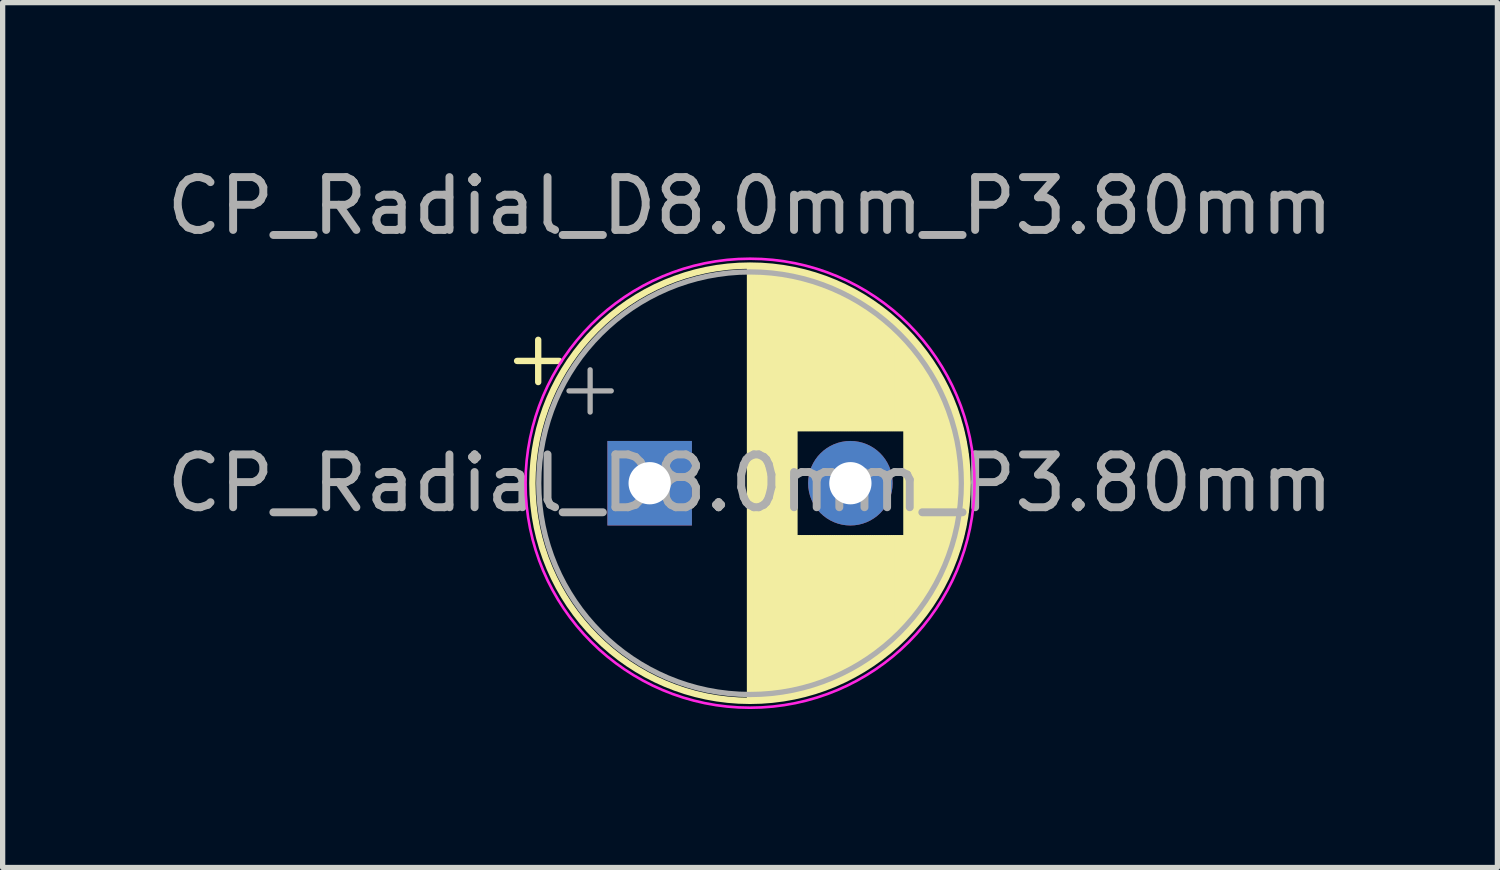
<source format=kicad_pcb>
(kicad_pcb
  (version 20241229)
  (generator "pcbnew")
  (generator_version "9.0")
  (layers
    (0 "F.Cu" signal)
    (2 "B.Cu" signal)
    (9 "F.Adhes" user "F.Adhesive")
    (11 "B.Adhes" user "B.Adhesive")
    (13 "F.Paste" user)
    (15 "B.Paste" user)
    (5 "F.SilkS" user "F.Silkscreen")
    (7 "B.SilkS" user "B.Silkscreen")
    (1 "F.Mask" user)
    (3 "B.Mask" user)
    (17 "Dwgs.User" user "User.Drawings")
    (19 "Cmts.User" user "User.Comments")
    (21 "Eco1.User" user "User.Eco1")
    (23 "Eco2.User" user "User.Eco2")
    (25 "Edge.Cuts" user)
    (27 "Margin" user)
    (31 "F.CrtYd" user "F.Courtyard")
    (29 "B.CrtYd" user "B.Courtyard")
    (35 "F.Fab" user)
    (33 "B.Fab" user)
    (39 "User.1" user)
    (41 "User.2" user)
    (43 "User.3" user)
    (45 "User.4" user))
  (footprint "CP_Radial_D8.0mm_P3.80mm"
    (layer "F.Cu")
    (at 9.249 6.098)
    (property "Reference" "CP_Radial_D8.0mm_P3.80mm" (at 1.9 -5.25 0) (layer "F.Fab") (effects (font (size 1 1) (thickness 0.15))))
    (attr through_hole)
    (fp_line (start -2.51 -2.315) (end -1.71 -2.315) (stroke (width 0.12) (type solid)) (layer "F.SilkS"))
    (fp_line (start -2.11 -2.715) (end -2.11 -1.915) (stroke (width 0.12) (type solid)) (layer "F.SilkS"))
    (fp_line (start 1.9 -4.08) (end 1.9 4.08) (stroke (width 0.12) (type solid)) (layer "F.SilkS"))
    (fp_line (start 1.94 -4.08) (end 1.94 4.08) (stroke (width 0.12) (type solid)) (layer "F.SilkS"))
    (fp_line (start 1.98 -4.08) (end 1.98 4.08) (stroke (width 0.12) (type solid)) (layer "F.SilkS"))
    (fp_line (start 2.02 -4.079) (end 2.02 4.079) (stroke (width 0.12) (type solid)) (layer "F.SilkS"))
    (fp_line (start 2.06 -4.077) (end 2.06 4.077) (stroke (width 0.12) (type solid)) (layer "F.SilkS"))
    (fp_line (start 2.1 -4.076) (end 2.1 4.076) (stroke (width 0.12) (type solid)) (layer "F.SilkS"))
    (fp_line (start 2.14 -4.074) (end 2.14 4.074) (stroke (width 0.12) (type solid)) (layer "F.SilkS"))
    (fp_line (start 2.18 -4.071) (end 2.18 4.071) (stroke (width 0.12) (type solid)) (layer "F.SilkS"))
    (fp_line (start 2.22 -4.068) (end 2.22 4.068) (stroke (width 0.12) (type solid)) (layer "F.SilkS"))
    (fp_line (start 2.26 -4.065) (end 2.26 4.065) (stroke (width 0.12) (type solid)) (layer "F.SilkS"))
    (fp_line (start 2.3 -4.061) (end 2.3 4.061) (stroke (width 0.12) (type solid)) (layer "F.SilkS"))
    (fp_line (start 2.34 -4.057) (end 2.34 4.057) (stroke (width 0.12) (type solid)) (layer "F.SilkS"))
    (fp_line (start 2.38 -4.052) (end 2.38 4.052) (stroke (width 0.12) (type solid)) (layer "F.SilkS"))
    (fp_line (start 2.42 -4.048) (end 2.42 4.048) (stroke (width 0.12) (type solid)) (layer "F.SilkS"))
    (fp_line (start 2.46 -4.042) (end 2.46 4.042) (stroke (width 0.12) (type solid)) (layer "F.SilkS"))
    (fp_line (start 2.5 -4.037) (end 2.5 4.037) (stroke (width 0.12) (type solid)) (layer "F.SilkS"))
    (fp_line (start 2.54 -4.03) (end 2.54 4.03) (stroke (width 0.12) (type solid)) (layer "F.SilkS"))
    (fp_line (start 2.58 -4.024) (end 2.58 4.024) (stroke (width 0.12) (type solid)) (layer "F.SilkS"))
    (fp_line (start 2.621 -4.017) (end 2.621 4.017) (stroke (width 0.12) (type solid)) (layer "F.SilkS"))
    (fp_line (start 2.661 -4.01) (end 2.661 4.01) (stroke (width 0.12) (type solid)) (layer "F.SilkS"))
    (fp_line (start 2.701 -4.002) (end 2.701 4.002) (stroke (width 0.12) (type solid)) (layer "F.SilkS"))
    (fp_line (start 2.741 -3.994) (end 2.741 3.994) (stroke (width 0.12) (type solid)) (layer "F.SilkS"))
    (fp_line (start 2.781 -3.985) (end 2.781 -1.04) (stroke (width 0.12) (type solid)) (layer "F.SilkS"))
    (fp_line (start 2.781 1.04) (end 2.781 3.985) (stroke (width 0.12) (type solid)) (layer "F.SilkS"))
    (fp_line (start 2.821 -3.976) (end 2.821 -1.04) (stroke (width 0.12) (type solid)) (layer "F.SilkS"))
    (fp_line (start 2.821 1.04) (end 2.821 3.976) (stroke (width 0.12) (type solid)) (layer "F.SilkS"))
    (fp_line (start 2.861 -3.967) (end 2.861 -1.04) (stroke (width 0.12) (type solid)) (layer "F.SilkS"))
    (fp_line (start 2.861 1.04) (end 2.861 3.967) (stroke (width 0.12) (type solid)) (layer "F.SilkS"))
    (fp_line (start 2.901 -3.957) (end 2.901 -1.04) (stroke (width 0.12) (type solid)) (layer "F.SilkS"))
    (fp_line (start 2.901 1.04) (end 2.901 3.957) (stroke (width 0.12) (type solid)) (layer "F.SilkS"))
    (fp_line (start 2.941 -3.947) (end 2.941 -1.04) (stroke (width 0.12) (type solid)) (layer "F.SilkS"))
    (fp_line (start 2.941 1.04) (end 2.941 3.947) (stroke (width 0.12) (type solid)) (layer "F.SilkS"))
    (fp_line (start 2.981 -3.936) (end 2.981 -1.04) (stroke (width 0.12) (type solid)) (layer "F.SilkS"))
    (fp_line (start 2.981 1.04) (end 2.981 3.936) (stroke (width 0.12) (type solid)) (layer "F.SilkS"))
    (fp_line (start 3.021 -3.925) (end 3.021 -1.04) (stroke (width 0.12) (type solid)) (layer "F.SilkS"))
    (fp_line (start 3.021 1.04) (end 3.021 3.925) (stroke (width 0.12) (type solid)) (layer "F.SilkS"))
    (fp_line (start 3.061 -3.914) (end 3.061 -1.04) (stroke (width 0.12) (type solid)) (layer "F.SilkS"))
    (fp_line (start 3.061 1.04) (end 3.061 3.914) (stroke (width 0.12) (type solid)) (layer "F.SilkS"))
    (fp_line (start 3.101 -3.902) (end 3.101 -1.04) (stroke (width 0.12) (type solid)) (layer "F.SilkS"))
    (fp_line (start 3.101 1.04) (end 3.101 3.902) (stroke (width 0.12) (type solid)) (layer "F.SilkS"))
    (fp_line (start 3.141 -3.889) (end 3.141 -1.04) (stroke (width 0.12) (type solid)) (layer "F.SilkS"))
    (fp_line (start 3.141 1.04) (end 3.141 3.889) (stroke (width 0.12) (type solid)) (layer "F.SilkS"))
    (fp_line (start 3.181 -3.877) (end 3.181 -1.04) (stroke (width 0.12) (type solid)) (layer "F.SilkS"))
    (fp_line (start 3.181 1.04) (end 3.181 3.877) (stroke (width 0.12) (type solid)) (layer "F.SilkS"))
    (fp_line (start 3.221 -3.863) (end 3.221 -1.04) (stroke (width 0.12) (type solid)) (layer "F.SilkS"))
    (fp_line (start 3.221 1.04) (end 3.221 3.863) (stroke (width 0.12) (type solid)) (layer "F.SilkS"))
    (fp_line (start 3.261 -3.85) (end 3.261 -1.04) (stroke (width 0.12) (type solid)) (layer "F.SilkS"))
    (fp_line (start 3.261 1.04) (end 3.261 3.85) (stroke (width 0.12) (type solid)) (layer "F.SilkS"))
    (fp_line (start 3.301 -3.835) (end 3.301 -1.04) (stroke (width 0.12) (type solid)) (layer "F.SilkS"))
    (fp_line (start 3.301 1.04) (end 3.301 3.835) (stroke (width 0.12) (type solid)) (layer "F.SilkS"))
    (fp_line (start 3.341 -3.821) (end 3.341 -1.04) (stroke (width 0.12) (type solid)) (layer "F.SilkS"))
    (fp_line (start 3.341 1.04) (end 3.341 3.821) (stroke (width 0.12) (type solid)) (layer "F.SilkS"))
    (fp_line (start 3.381 -3.805) (end 3.381 -1.04) (stroke (width 0.12) (type solid)) (layer "F.SilkS"))
    (fp_line (start 3.381 1.04) (end 3.381 3.805) (stroke (width 0.12) (type solid)) (layer "F.SilkS"))
    (fp_line (start 3.421 -3.79) (end 3.421 -1.04) (stroke (width 0.12) (type solid)) (layer "F.SilkS"))
    (fp_line (start 3.421 1.04) (end 3.421 3.79) (stroke (width 0.12) (type solid)) (layer "F.SilkS"))
    (fp_line (start 3.461 -3.774) (end 3.461 -1.04) (stroke (width 0.12) (type solid)) (layer "F.SilkS"))
    (fp_line (start 3.461 1.04) (end 3.461 3.774) (stroke (width 0.12) (type solid)) (layer "F.SilkS"))
    (fp_line (start 3.501 -3.757) (end 3.501 -1.04) (stroke (width 0.12) (type solid)) (layer "F.SilkS"))
    (fp_line (start 3.501 1.04) (end 3.501 3.757) (stroke (width 0.12) (type solid)) (layer "F.SilkS"))
    (fp_line (start 3.541 -3.74) (end 3.541 -1.04) (stroke (width 0.12) (type solid)) (layer "F.SilkS"))
    (fp_line (start 3.541 1.04) (end 3.541 3.74) (stroke (width 0.12) (type solid)) (layer "F.SilkS"))
    (fp_line (start 3.581 -3.722) (end 3.581 -1.04) (stroke (width 0.12) (type solid)) (layer "F.SilkS"))
    (fp_line (start 3.581 1.04) (end 3.581 3.722) (stroke (width 0.12) (type solid)) (layer "F.SilkS"))
    (fp_line (start 3.621 -3.704) (end 3.621 -1.04) (stroke (width 0.12) (type solid)) (layer "F.SilkS"))
    (fp_line (start 3.621 1.04) (end 3.621 3.704) (stroke (width 0.12) (type solid)) (layer "F.SilkS"))
    (fp_line (start 3.661 -3.686) (end 3.661 -1.04) (stroke (width 0.12) (type solid)) (layer "F.SilkS"))
    (fp_line (start 3.661 1.04) (end 3.661 3.686) (stroke (width 0.12) (type solid)) (layer "F.SilkS"))
    (fp_line (start 3.701 -3.666) (end 3.701 -1.04) (stroke (width 0.12) (type solid)) (layer "F.SilkS"))
    (fp_line (start 3.701 1.04) (end 3.701 3.666) (stroke (width 0.12) (type solid)) (layer "F.SilkS"))
    (fp_line (start 3.741 -3.647) (end 3.741 -1.04) (stroke (width 0.12) (type solid)) (layer "F.SilkS"))
    (fp_line (start 3.741 1.04) (end 3.741 3.647) (stroke (width 0.12) (type solid)) (layer "F.SilkS"))
    (fp_line (start 3.781 -3.627) (end 3.781 -1.04) (stroke (width 0.12) (type solid)) (layer "F.SilkS"))
    (fp_line (start 3.781 1.04) (end 3.781 3.627) (stroke (width 0.12) (type solid)) (layer "F.SilkS"))
    (fp_line (start 3.821 -3.606) (end 3.821 -1.04) (stroke (width 0.12) (type solid)) (layer "F.SilkS"))
    (fp_line (start 3.821 1.04) (end 3.821 3.606) (stroke (width 0.12) (type solid)) (layer "F.SilkS"))
    (fp_line (start 3.861 -3.584) (end 3.861 -1.04) (stroke (width 0.12) (type solid)) (layer "F.SilkS"))
    (fp_line (start 3.861 1.04) (end 3.861 3.584) (stroke (width 0.12) (type solid)) (layer "F.SilkS"))
    (fp_line (start 3.901 -3.562) (end 3.901 -1.04) (stroke (width 0.12) (type solid)) (layer "F.SilkS"))
    (fp_line (start 3.901 1.04) (end 3.901 3.562) (stroke (width 0.12) (type solid)) (layer "F.SilkS"))
    (fp_line (start 3.941 -3.54) (end 3.941 -1.04) (stroke (width 0.12) (type solid)) (layer "F.SilkS"))
    (fp_line (start 3.941 1.04) (end 3.941 3.54) (stroke (width 0.12) (type solid)) (layer "F.SilkS"))
    (fp_line (start 3.981 -3.517) (end 3.981 -1.04) (stroke (width 0.12) (type solid)) (layer "F.SilkS"))
    (fp_line (start 3.981 1.04) (end 3.981 3.517) (stroke (width 0.12) (type solid)) (layer "F.SilkS"))
    (fp_line (start 4.021 -3.493) (end 4.021 -1.04) (stroke (width 0.12) (type solid)) (layer "F.SilkS"))
    (fp_line (start 4.021 1.04) (end 4.021 3.493) (stroke (width 0.12) (type solid)) (layer "F.SilkS"))
    (fp_line (start 4.061 -3.469) (end 4.061 -1.04) (stroke (width 0.12) (type solid)) (layer "F.SilkS"))
    (fp_line (start 4.061 1.04) (end 4.061 3.469) (stroke (width 0.12) (type solid)) (layer "F.SilkS"))
    (fp_line (start 4.101 -3.444) (end 4.101 -1.04) (stroke (width 0.12) (type solid)) (layer "F.SilkS"))
    (fp_line (start 4.101 1.04) (end 4.101 3.444) (stroke (width 0.12) (type solid)) (layer "F.SilkS"))
    (fp_line (start 4.141 -3.418) (end 4.141 -1.04) (stroke (width 0.12) (type solid)) (layer "F.SilkS"))
    (fp_line (start 4.141 1.04) (end 4.141 3.418) (stroke (width 0.12) (type solid)) (layer "F.SilkS"))
    (fp_line (start 4.181 -3.392) (end 4.181 -1.04) (stroke (width 0.12) (type solid)) (layer "F.SilkS"))
    (fp_line (start 4.181 1.04) (end 4.181 3.392) (stroke (width 0.12) (type solid)) (layer "F.SilkS"))
    (fp_line (start 4.221 -3.365) (end 4.221 -1.04) (stroke (width 0.12) (type solid)) (layer "F.SilkS"))
    (fp_line (start 4.221 1.04) (end 4.221 3.365) (stroke (width 0.12) (type solid)) (layer "F.SilkS"))
    (fp_line (start 4.261 -3.338) (end 4.261 -1.04) (stroke (width 0.12) (type solid)) (layer "F.SilkS"))
    (fp_line (start 4.261 1.04) (end 4.261 3.338) (stroke (width 0.12) (type solid)) (layer "F.SilkS"))
    (fp_line (start 4.301 -3.309) (end 4.301 -1.04) (stroke (width 0.12) (type solid)) (layer "F.SilkS"))
    (fp_line (start 4.301 1.04) (end 4.301 3.309) (stroke (width 0.12) (type solid)) (layer "F.SilkS"))
    (fp_line (start 4.341 -3.28) (end 4.341 -1.04) (stroke (width 0.12) (type solid)) (layer "F.SilkS"))
    (fp_line (start 4.341 1.04) (end 4.341 3.28) (stroke (width 0.12) (type solid)) (layer "F.SilkS"))
    (fp_line (start 4.381 -3.25) (end 4.381 -1.04) (stroke (width 0.12) (type solid)) (layer "F.SilkS"))
    (fp_line (start 4.381 1.04) (end 4.381 3.25) (stroke (width 0.12) (type solid)) (layer "F.SilkS"))
    (fp_line (start 4.421 -3.22) (end 4.421 -1.04) (stroke (width 0.12) (type solid)) (layer "F.SilkS"))
    (fp_line (start 4.421 1.04) (end 4.421 3.22) (stroke (width 0.12) (type solid)) (layer "F.SilkS"))
    (fp_line (start 4.461 -3.189) (end 4.461 -1.04) (stroke (width 0.12) (type solid)) (layer "F.SilkS"))
    (fp_line (start 4.461 1.04) (end 4.461 3.189) (stroke (width 0.12) (type solid)) (layer "F.SilkS"))
    (fp_line (start 4.501 -3.156) (end 4.501 -1.04) (stroke (width 0.12) (type solid)) (layer "F.SilkS"))
    (fp_line (start 4.501 1.04) (end 4.501 3.156) (stroke (width 0.12) (type solid)) (layer "F.SilkS"))
    (fp_line (start 4.541 -3.124) (end 4.541 -1.04) (stroke (width 0.12) (type solid)) (layer "F.SilkS"))
    (fp_line (start 4.541 1.04) (end 4.541 3.124) (stroke (width 0.12) (type solid)) (layer "F.SilkS"))
    (fp_line (start 4.581 -3.09) (end 4.581 -1.04) (stroke (width 0.12) (type solid)) (layer "F.SilkS"))
    (fp_line (start 4.581 1.04) (end 4.581 3.09) (stroke (width 0.12) (type solid)) (layer "F.SilkS"))
    (fp_line (start 4.621 -3.055) (end 4.621 -1.04) (stroke (width 0.12) (type solid)) (layer "F.SilkS"))
    (fp_line (start 4.621 1.04) (end 4.621 3.055) (stroke (width 0.12) (type solid)) (layer "F.SilkS"))
    (fp_line (start 4.661 -3.019) (end 4.661 -1.04) (stroke (width 0.12) (type solid)) (layer "F.SilkS"))
    (fp_line (start 4.661 1.04) (end 4.661 3.019) (stroke (width 0.12) (type solid)) (layer "F.SilkS"))
    (fp_line (start 4.701 -2.983) (end 4.701 -1.04) (stroke (width 0.12) (type solid)) (layer "F.SilkS"))
    (fp_line (start 4.701 1.04) (end 4.701 2.983) (stroke (width 0.12) (type solid)) (layer "F.SilkS"))
    (fp_line (start 4.741 -2.945) (end 4.741 -1.04) (stroke (width 0.12) (type solid)) (layer "F.SilkS"))
    (fp_line (start 4.741 1.04) (end 4.741 2.945) (stroke (width 0.12) (type solid)) (layer "F.SilkS"))
    (fp_line (start 4.781 -2.907) (end 4.781 -1.04) (stroke (width 0.12) (type solid)) (layer "F.SilkS"))
    (fp_line (start 4.781 1.04) (end 4.781 2.907) (stroke (width 0.12) (type solid)) (layer "F.SilkS"))
    (fp_line (start 4.821 -2.867) (end 4.821 -1.04) (stroke (width 0.12) (type solid)) (layer "F.SilkS"))
    (fp_line (start 4.821 1.04) (end 4.821 2.867) (stroke (width 0.12) (type solid)) (layer "F.SilkS"))
    (fp_line (start 4.861 -2.826) (end 4.861 2.826) (stroke (width 0.12) (type solid)) (layer "F.SilkS"))
    (fp_line (start 4.901 -2.784) (end 4.901 2.784) (stroke (width 0.12) (type solid)) (layer "F.SilkS"))
    (fp_line (start 4.941 -2.741) (end 4.941 2.741) (stroke (width 0.12) (type solid)) (layer "F.SilkS"))
    (fp_line (start 4.981 -2.697) (end 4.981 2.697) (stroke (width 0.12) (type solid)) (layer "F.SilkS"))
    (fp_line (start 5.021 -2.651) (end 5.021 2.651) (stroke (width 0.12) (type solid)) (layer "F.SilkS"))
    (fp_line (start 5.061 -2.604) (end 5.061 2.604) (stroke (width 0.12) (type solid)) (layer "F.SilkS"))
    (fp_line (start 5.101 -2.556) (end 5.101 2.556) (stroke (width 0.12) (type solid)) (layer "F.SilkS"))
    (fp_line (start 5.141 -2.505) (end 5.141 2.505) (stroke (width 0.12) (type solid)) (layer "F.SilkS"))
    (fp_line (start 5.181 -2.454) (end 5.181 2.454) (stroke (width 0.12) (type solid)) (layer "F.SilkS"))
    (fp_line (start 5.221 -2.4) (end 5.221 2.4) (stroke (width 0.12) (type solid)) (layer "F.SilkS"))
    (fp_line (start 5.261 -2.345) (end 5.261 2.345) (stroke (width 0.12) (type solid)) (layer "F.SilkS"))
    (fp_line (start 5.301 -2.287) (end 5.301 2.287) (stroke (width 0.12) (type solid)) (layer "F.SilkS"))
    (fp_line (start 5.341 -2.228) (end 5.341 2.228) (stroke (width 0.12) (type solid)) (layer "F.SilkS"))
    (fp_line (start 5.381 -2.166) (end 5.381 2.166) (stroke (width 0.12) (type solid)) (layer "F.SilkS"))
    (fp_line (start 5.421 -2.102) (end 5.421 2.102) (stroke (width 0.12) (type solid)) (layer "F.SilkS"))
    (fp_line (start 5.461 -2.034) (end 5.461 2.034) (stroke (width 0.12) (type solid)) (layer "F.SilkS"))
    (fp_line (start 5.501 -1.964) (end 5.501 1.964) (stroke (width 0.12) (type solid)) (layer "F.SilkS"))
    (fp_line (start 5.541 -1.89) (end 5.541 1.89) (stroke (width 0.12) (type solid)) (layer "F.SilkS"))
    (fp_line (start 5.581 -1.813) (end 5.581 1.813) (stroke (width 0.12) (type solid)) (layer "F.SilkS"))
    (fp_line (start 5.621 -1.731) (end 5.621 1.731) (stroke (width 0.12) (type solid)) (layer "F.SilkS"))
    (fp_line (start 5.661 -1.645) (end 5.661 1.645) (stroke (width 0.12) (type solid)) (layer "F.SilkS"))
    (fp_line (start 5.701 -1.552) (end 5.701 1.552) (stroke (width 0.12) (type solid)) (layer "F.SilkS"))
    (fp_line (start 5.741 -1.453) (end 5.741 1.453) (stroke (width 0.12) (type solid)) (layer "F.SilkS"))
    (fp_line (start 5.781 -1.346) (end 5.781 1.346) (stroke (width 0.12) (type solid)) (layer "F.SilkS"))
    (fp_line (start 5.821 -1.229) (end 5.821 1.229) (stroke (width 0.12) (type solid)) (layer "F.SilkS"))
    (fp_line (start 5.861 -1.098) (end 5.861 1.098) (stroke (width 0.12) (type solid)) (layer "F.SilkS"))
    (fp_line (start 5.901 -0.948) (end 5.901 0.948) (stroke (width 0.12) (type solid)) (layer "F.SilkS"))
    (fp_line (start 5.941 -0.768) (end 5.941 0.768) (stroke (width 0.12) (type solid)) (layer "F.SilkS"))
    (fp_line (start 5.981 -0.533) (end 5.981 0.533) (stroke (width 0.12) (type solid)) (layer "F.SilkS"))
    (fp_circle (center 1.9 0) (end 6.02 0) (stroke (width 0.12) (type solid)) (fill no) (layer "F.SilkS"))
    (fp_circle (center 1.9 0) (end 6.15 0) (stroke (width 0.05) (type solid)) (fill no) (layer "F.CrtYd"))
    (fp_line (start -1.527 -1.748) (end -0.727 -1.748) (stroke (width 0.1) (type solid)) (layer "F.Fab"))
    (fp_line (start -1.127 -2.147) (end -1.127 -1.347) (stroke (width 0.1) (type solid)) (layer "F.Fab"))
    (fp_circle (center 1.9 0) (end 5.9 0) (stroke (width 0.1) (type solid)) (fill no) (layer "F.Fab"))
    (fp_text user "${REFERENCE}" (at 1.9 0 0) (layer "F.Fab") (effects (font (size 1 1) (thickness 0.15))))
    (pad "1" thru_hole rect (at 0 0) (size 1.6 1.6) (drill 0.8) (layers "*.Cu" "*.Mask"))
    (pad "2" thru_hole circle (at 3.8 0) (size 1.6 1.6) (drill 0.8) (layers "*.Cu" "*.Mask")))
  (gr_rect
    (start -3 -3)
    (end 25.298 13.373)
    (stroke (width 0.1) (type default))
    (fill no)
    (layer "Edge.Cuts")))
</source>
